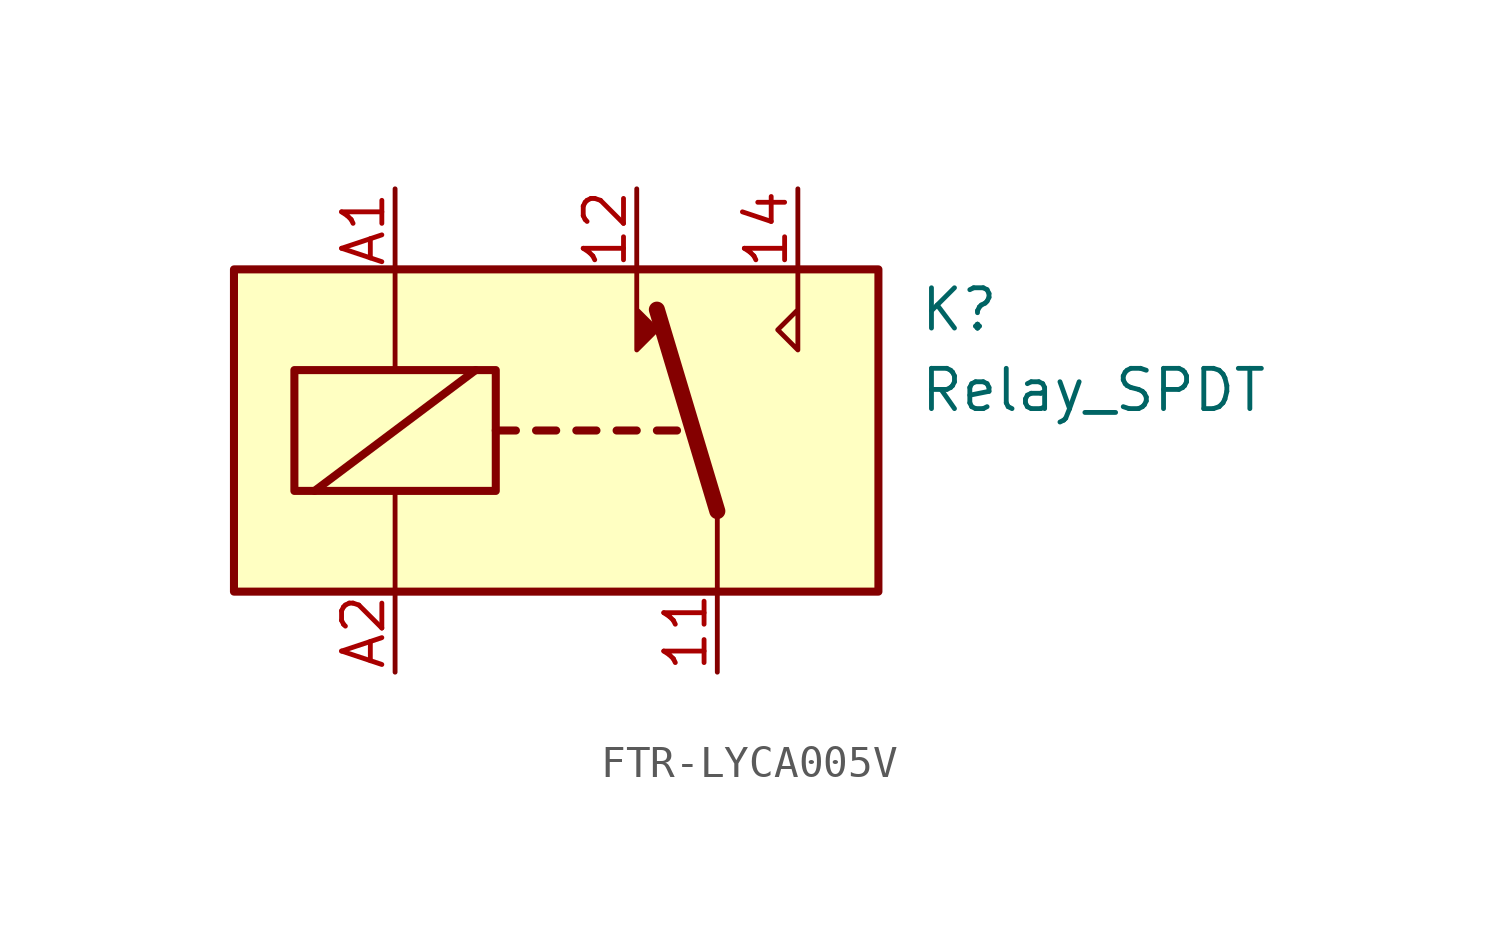
<source format=kicad_sym>
(kicad_symbol_lib
  (version 20241209)
  (generator "kicad_symbol_editor")
  (generator_version "9.0")
  (symbol "FTR-LYCA005V"
    (property "Reference" "K"
      (at 11.43 3.81 0)
      (effects (font (size 1.27 1.27)) (justify left)))
    (property "Value" "Relay_SPDT"
      (at 11.43 1.27 0)
      (effects (font (size 1.27 1.27)) (justify left)))
    (symbol "FTR-LYCA005V_0_0"
      (polyline (pts (xy 7.62 5.08) (xy 7.62 2.54) (xy 6.985 3.175) (xy 7.62 3.81)) (stroke (width 0) (type default)) (fill (type none))))
    (symbol "FTR-LYCA005V_0_1"
      (rectangle (start -10.16 5.08) (end 10.16 -5.08) (stroke (width 0.254) (type default)) (fill (type background)))
      (rectangle (start -8.255 1.905) (end -1.905 -1.905) (stroke (width 0.254) (type default)) (fill (type none)))
      (polyline (pts (xy -7.62 -1.905) (xy -2.54 1.905)) (stroke (width 0.254) (type default)) (fill (type none)))
      (polyline (pts (xy -5.08 5.08) (xy -5.08 1.905)) (stroke (width 0) (type default)) (fill (type none)))
      (polyline (pts (xy -5.08 -5.08) (xy -5.08 -1.905)) (stroke (width 0) (type default)) (fill (type none)))
      (polyline (pts (xy -1.905 0) (xy -1.27 0)) (stroke (width 0.254) (type default)) (fill (type none)))
      (polyline (pts (xy -0.635 0) (xy 0 0)) (stroke (width 0.254) (type default)) (fill (type none)))
      (polyline (pts (xy 0.635 0) (xy 1.27 0)) (stroke (width 0.254) (type default)) (fill (type none)))
      (polyline (pts (xy 1.905 0) (xy 2.54 0)) (stroke (width 0.254) (type default)) (fill (type none)))
      (polyline (pts (xy 2.54 5.08) (xy 2.54 2.54) (xy 3.175 3.175) (xy 2.54 3.81)) (stroke (width 0) (type default)) (fill (type outline)))
      (polyline (pts (xy 3.175 0) (xy 3.81 0)) (stroke (width 0.254) (type default)) (fill (type none)))
      (polyline (pts (xy 5.08 -2.54) (xy 5.08 -5.08)) (stroke (width 0) (type default)) (fill (type none)))
      (polyline (pts (xy 5.08 -2.54) (xy 3.175 3.81)) (stroke (width 0.508) (type default)) (fill (type none))))
    (symbol "FTR-LYCA005V_1_1"
      (pin passive line (at -5.08 7.62 270) (length 2.54) (name "~" (effects (font (size 1.27 1.27)))) (number "A1" (effects (font (size 1.27 1.27)))))
      (pin passive line (at -5.08 -7.62 90) (length 2.54) (name "~" (effects (font (size 1.27 1.27)))) (number "A2" (effects (font (size 1.27 1.27)))))
      (pin passive line (at 2.54 7.62 270) (length 2.54) (name "~" (effects (font (size 1.27 1.27)))) (number "12" (effects (font (size 1.27 1.27)))))
      (pin passive line (at 5.08 -7.62 90) (length 2.54) (name "~" (effects (font (size 1.27 1.27)))) (number "11" (effects (font (size 1.27 1.27)))))
      (pin passive line (at 7.62 7.62 270) (length 2.54) (name "~" (effects (font (size 1.27 1.27)))) (number "14" (effects (font (size 1.27 1.27))))))))
</source>
